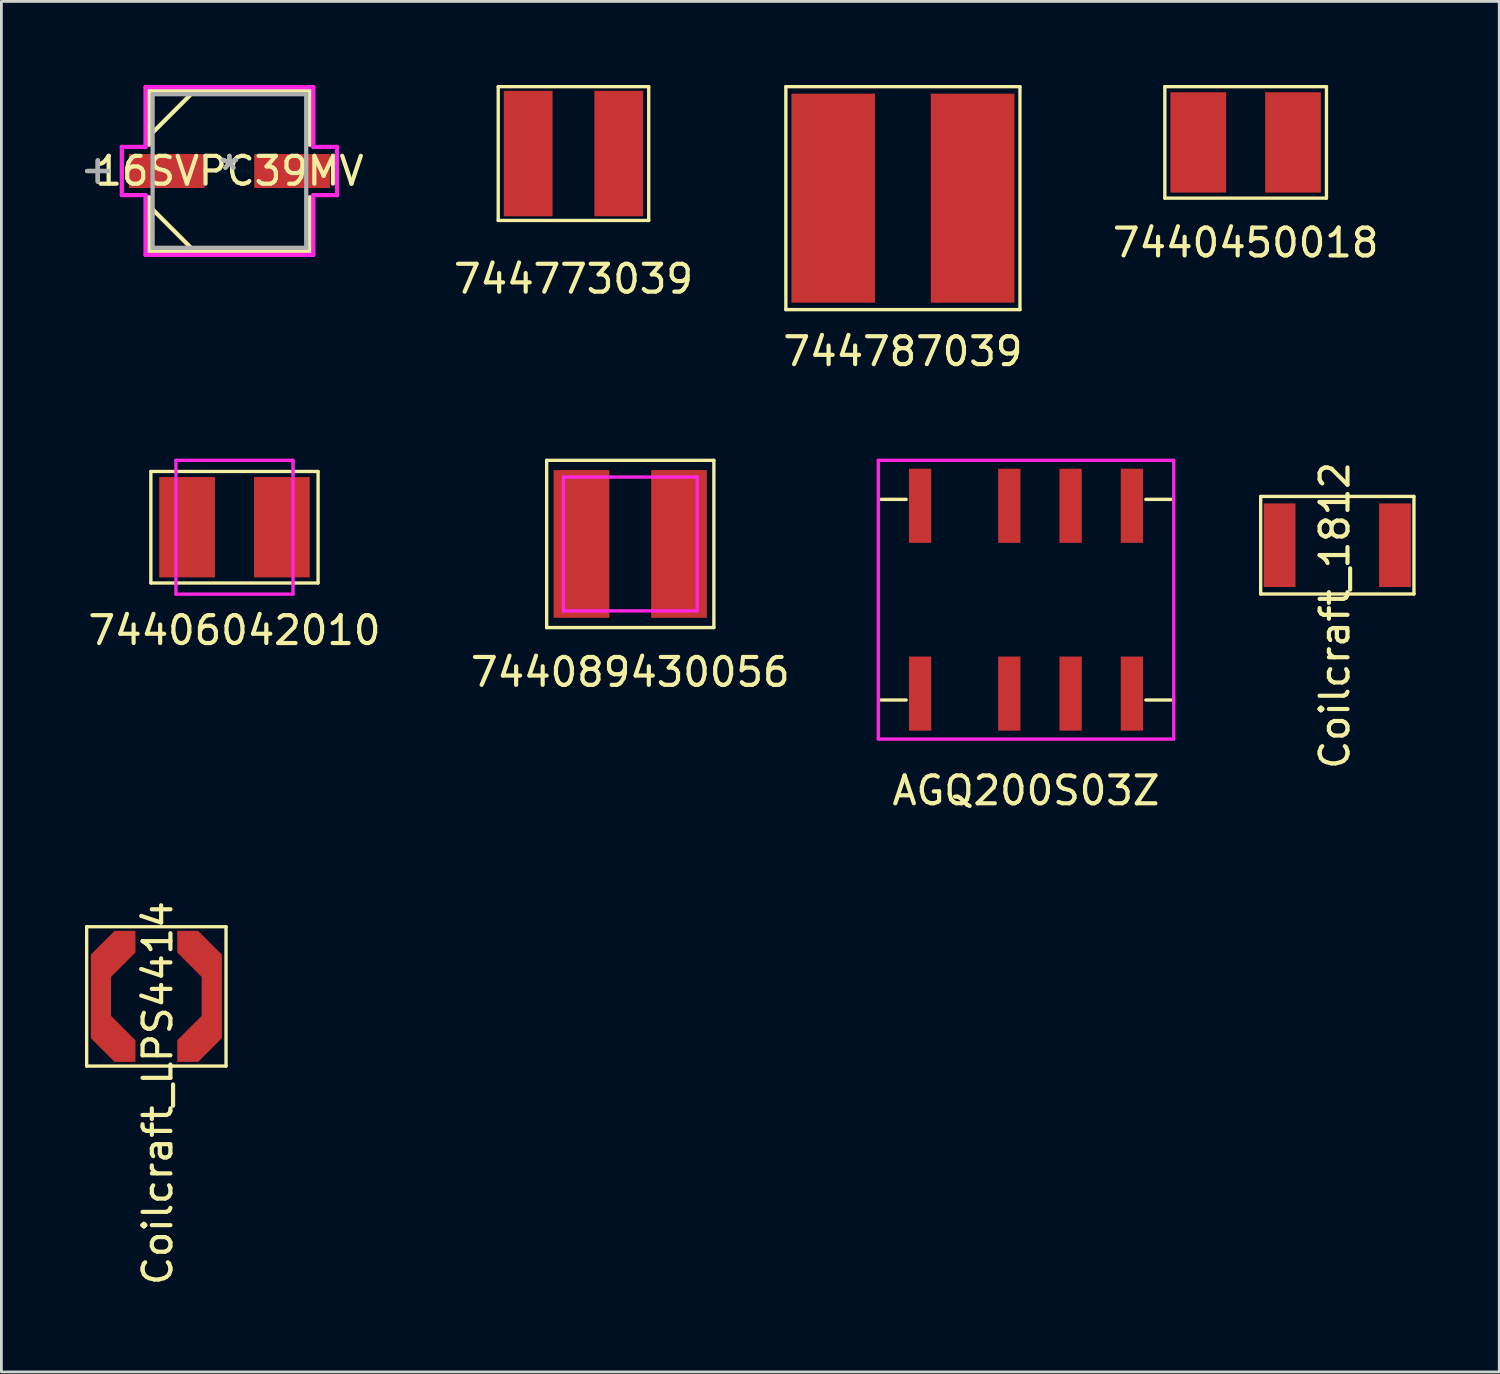
<source format=kicad_pcb>
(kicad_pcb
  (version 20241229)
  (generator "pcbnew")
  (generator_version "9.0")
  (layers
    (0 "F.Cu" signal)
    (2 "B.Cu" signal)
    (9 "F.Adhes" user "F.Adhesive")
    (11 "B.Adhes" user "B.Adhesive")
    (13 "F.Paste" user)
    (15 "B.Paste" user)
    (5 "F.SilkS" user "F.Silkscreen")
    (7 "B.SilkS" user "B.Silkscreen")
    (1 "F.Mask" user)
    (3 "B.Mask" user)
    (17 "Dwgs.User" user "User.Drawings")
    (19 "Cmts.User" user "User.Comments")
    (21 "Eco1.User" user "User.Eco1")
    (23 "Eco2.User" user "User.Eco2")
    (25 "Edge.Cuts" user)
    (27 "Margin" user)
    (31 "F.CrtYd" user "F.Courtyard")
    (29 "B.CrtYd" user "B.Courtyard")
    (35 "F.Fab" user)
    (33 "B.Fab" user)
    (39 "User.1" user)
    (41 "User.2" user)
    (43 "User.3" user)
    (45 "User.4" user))
  (footprint "AGQ200S03Z"
    (layer "F.Cu")
    (at 33.765 18.468)
    (property "Reference" "AGQ200S03Z" (at 0 6.85 0) (layer "F.SilkS") (effects (font (size 1 1) (thickness 0.15))))
    (attr through_hole)
    (fp_line (start -5.2 -3.6) (end -4.3 -3.6) (stroke (width 0.12) (type solid)) (layer "F.SilkS"))
    (fp_line (start -5.2 3.6) (end -4.3 3.6) (stroke (width 0.12) (type solid)) (layer "F.SilkS"))
    (fp_line (start 4.3 -3.6) (end 5.2 -3.6) (stroke (width 0.12) (type solid)) (layer "F.SilkS"))
    (fp_line (start 4.3 3.6) (end 5.2 3.6) (stroke (width 0.12) (type solid)) (layer "F.SilkS"))
    (fp_line (start -5.3 -5) (end 5.3 -5) (stroke (width 0.12) (type solid)) (layer "F.CrtYd"))
    (fp_line (start -5.3 5) (end -5.3 -5) (stroke (width 0.12) (type solid)) (layer "F.CrtYd"))
    (fp_line (start 5.3 -5) (end 5.3 5) (stroke (width 0.12) (type solid)) (layer "F.CrtYd"))
    (fp_line (start 5.3 5) (end -5.3 5) (stroke (width 0.12) (type solid)) (layer "F.CrtYd"))
    (pad "1" smd rect (at -3.8 3.37) (size 0.8 2.66) (layers "F.Cu" "F.Mask" "F.Paste"))
    (pad "2" smd rect (at -0.6 3.37) (size 0.8 2.66) (layers "F.Cu" "F.Mask" "F.Paste"))
    (pad "3" smd rect (at 1.6 3.37) (size 0.8 2.66) (layers "F.Cu" "F.Mask" "F.Paste"))
    (pad "4" smd rect (at 3.8 3.37) (size 0.8 2.66) (layers "F.Cu" "F.Mask" "F.Paste"))
    (pad "5" smd rect (at 3.8 -3.37) (size 0.8 2.66) (layers "F.Cu" "F.Mask" "F.Paste"))
    (pad "6" smd rect (at 1.6 -3.37) (size 0.8 2.66) (layers "F.Cu" "F.Mask" "F.Paste"))
    (pad "7" smd rect (at -0.6 -3.37) (size 0.8 2.66) (layers "F.Cu" "F.Mask" "F.Paste"))
    (pad "8" smd rect (at -3.8 -3.37) (size 0.8 2.66) (layers "F.Cu" "F.Mask" "F.Paste")))
  (footprint "7440450018"
    (layer "F.Cu")
    (at 41.646 2.06)
    (property "Reference" "7440450018" (at 0 3.6 0) (layer "F.SilkS") (effects (font (size 1 1) (thickness 0.15))))
    (attr through_hole)
    (fp_line (start -2.9 -2) (end 2.9 -2) (stroke (width 0.12) (type solid)) (layer "F.SilkS"))
    (fp_line (start -2.9 2) (end -2.9 -2) (stroke (width 0.12) (type solid)) (layer "F.SilkS"))
    (fp_line (start 2.9 -2) (end 2.9 2) (stroke (width 0.12) (type solid)) (layer "F.SilkS"))
    (fp_line (start 2.9 2) (end -2.9 2) (stroke (width 0.12) (type solid)) (layer "F.SilkS"))
    (pad "1" smd rect (at -1.7 0) (size 2 3.6) (layers "F.Cu" "F.Mask" "F.Paste"))
    (pad "2" smd rect (at 1.7 0) (size 2 3.6) (layers "F.Cu" "F.Mask" "F.Paste")))
  (footprint "Coilcraft_1812"
    (layer "F.Cu")
    (at 44.935 16.513)
    (property "Reference" "Coilcraft_1812" (at -0.09 2.52 270) (layer "F.SilkS") (effects (font (size 1 1) (thickness 0.15))))
    (attr through_hole)
    (fp_line (start -2.75 -1.75) (end 2.75 -1.75) (stroke (width 0.12) (type solid)) (layer "F.SilkS"))
    (fp_line (start -2.75 1.75) (end -2.75 -1.75) (stroke (width 0.12) (type solid)) (layer "F.SilkS"))
    (fp_line (start 2.75 1.75) (end -2.75 1.75) (stroke (width 0.12) (type solid)) (layer "F.SilkS"))
    (fp_line (start 2.75 1.75) (end 2.75 -1.75) (stroke (width 0.12) (type solid)) (layer "F.SilkS"))
    (pad "1" smd rect (at -2.07 0) (size 1.14 3) (layers "F.Cu" "F.Mask" "F.Paste"))
    (pad "2" smd rect (at 2.07 0) (size 1.14 3) (layers "F.Cu" "F.Mask" "F.Paste")))
  (footprint "744089430056"
    (layer "F.Cu")
    (at 19.565 16.468)
    (property "Reference" "744089430056" (at 0 4.6 0) (layer "F.SilkS") (effects (font (size 1 1) (thickness 0.15))))
    (attr through_hole)
    (fp_line (start -3 -3) (end 3 -3) (stroke (width 0.12) (type solid)) (layer "F.SilkS"))
    (fp_line (start -3 3) (end -3 -3) (stroke (width 0.12) (type solid)) (layer "F.SilkS"))
    (fp_line (start 3 -3) (end 3 3) (stroke (width 0.12) (type solid)) (layer "F.SilkS"))
    (fp_line (start 3 3) (end -3 3) (stroke (width 0.12) (type solid)) (layer "F.SilkS"))
    (fp_line (start -2.4 -2.4) (end 2.4 -2.4) (stroke (width 0.12) (type solid)) (layer "F.CrtYd"))
    (fp_line (start -2.4 2.4) (end -2.4 -2.4) (stroke (width 0.12) (type solid)) (layer "F.CrtYd"))
    (fp_line (start 2.4 -2.4) (end 2.4 2.4) (stroke (width 0.12) (type solid)) (layer "F.CrtYd"))
    (fp_line (start 2.4 2.4) (end -2.4 2.4) (stroke (width 0.12) (type solid)) (layer "F.CrtYd"))
    (pad "1" smd rect (at -1.75 0) (size 2 5.3) (layers "F.Cu" "F.Mask" "F.Paste"))
    (pad "2" smd rect (at 1.75 0) (size 2 5.3) (layers "F.Cu" "F.Mask" "F.Paste")))
  (footprint "74406042010"
    (layer "F.Cu")
    (at 5.363 15.868)
    (property "Reference" "74406042010" (at 0 3.7 0) (layer "F.SilkS") (effects (font (size 1 1) (thickness 0.15))))
    (attr through_hole)
    (fp_line (start -3 -2) (end 3 -2) (stroke (width 0.12) (type solid)) (layer "F.SilkS"))
    (fp_line (start -3 2) (end -3 -2) (stroke (width 0.12) (type solid)) (layer "F.SilkS"))
    (fp_line (start 3 -2) (end 3 2) (stroke (width 0.12) (type solid)) (layer "F.SilkS"))
    (fp_line (start 3 2) (end -3 2) (stroke (width 0.12) (type solid)) (layer "F.SilkS"))
    (fp_line (start -2.1 -2.4) (end 2.1 -2.4) (stroke (width 0.12) (type solid)) (layer "F.CrtYd"))
    (fp_line (start -2.1 2.4) (end -2.1 -2.4) (stroke (width 0.12) (type solid)) (layer "F.CrtYd"))
    (fp_line (start 2.1 -2.4) (end 2.1 2.4) (stroke (width 0.12) (type solid)) (layer "F.CrtYd"))
    (fp_line (start 2.1 2.4) (end -2.1 2.4) (stroke (width 0.12) (type solid)) (layer "F.CrtYd"))
    (pad "1" smd rect (at -1.7 0) (size 2 3.6) (layers "F.Cu" "F.Mask" "F.Paste"))
    (pad "2" smd rect (at 1.7 0) (size 2 3.6) (layers "F.Cu" "F.Mask" "F.Paste")))
  (footprint "744787039"
    (layer "F.Cu")
    (at 29.348 4.06)
    (property "Reference" "744787039" (at 0 5.5 0) (layer "F.SilkS") (effects (font (size 1 1) (thickness 0.15))))
    (attr through_hole)
    (fp_line (start -4.2 -4) (end 4.2 -4) (stroke (width 0.12) (type solid)) (layer "F.SilkS"))
    (fp_line (start -4.2 4) (end -4.2 -4) (stroke (width 0.12) (type solid)) (layer "F.SilkS"))
    (fp_line (start 4.2 -4) (end 4.2 4) (stroke (width 0.12) (type solid)) (layer "F.SilkS"))
    (fp_line (start 4.2 4) (end -4.2 4) (stroke (width 0.12) (type solid)) (layer "F.SilkS"))
    (pad "1" smd rect (at -2.5 0) (size 3 7.5) (layers "F.Cu" "F.Mask" "F.Paste"))
    (pad "2" smd rect (at 2.5 0) (size 3 7.5) (layers "F.Cu" "F.Mask" "F.Paste")))
  (footprint "Coilcraft_LPS4414"
    (layer "F.Cu")
    (at 2.56 32.702)
    (property "Reference" "Coilcraft_LPS4414" (at 0.05 3.47 270) (layer "F.SilkS") (effects (font (size 1 1) (thickness 0.15))))
    (attr through_hole)
    (fp_line (start -2.5 -2.5) (end 2.5 -2.5) (stroke (width 0.12) (type solid)) (layer "F.SilkS"))
    (fp_line (start -2.5 2.5) (end -2.5 -2.5) (stroke (width 0.12) (type solid)) (layer "F.SilkS"))
    (fp_line (start 2.5 -2.5) (end 2.5 2.5) (stroke (width 0.12) (type solid)) (layer "F.SilkS"))
    (fp_line (start 2.5 2.5) (end -2.5 2.5) (stroke (width 0.12) (type solid)) (layer "F.SilkS"))
    (pad "1" smd custom (at -2 0) (size 0.3 0.3) (layers "F.Cu" "F.Mask" "F.Paste") (options (anchor rect)) (primitives (gr_poly (pts (xy 1.25 -2.35) (xy 0.5 -2.35) (xy -0.35 -1.5) (xy -0.35 1.5) (xy 0.5 2.35) (xy 1.25 2.35) (xy 1.25 1.575) (xy 0.375 0.7) (xy 0.375 -0.7) (xy 1.25 -1.575)) (width 0) (fill yes))))
    (pad "2" smd custom (at 2 0 180) (size 0.3 0.3) (layers "F.Cu" "F.Mask" "F.Paste") (options (anchor rect)) (primitives (gr_poly (pts (xy 1.25 -2.35) (xy 0.5 -2.35) (xy -0.35 -1.5) (xy -0.35 1.5) (xy 0.5 2.35) (xy 1.25 2.35) (xy 1.25 1.575) (xy 0.375 0.7) (xy 0.375 -0.7) (xy 1.25 -1.575)) (width 0) (fill yes)))))
  (footprint "16SVPC39MV"
    (layer "F.Cu")
    (at 5.182 3.086)
    (property "Reference" "16SVPC39MV" (at 0 0 0) (layer "F.SilkS") (effects (font (size 1 1) (thickness 0.15))))
    (attr through_hole)
    (fp_line (start -4.724 -0.381) (end -4.724 0.381) (stroke (width 0.152) (type solid)) (layer "F.SilkS"))
    (fp_line (start -4.343 0) (end -5.105 0) (stroke (width 0.152) (type solid)) (layer "F.SilkS"))
    (fp_line (start -2.883 -2.883) (end -2.883 -0.942) (stroke (width 0.152) (type solid)) (layer "F.SilkS"))
    (fp_line (start -2.883 0.942) (end -2.883 2.883) (stroke (width 0.152) (type solid)) (layer "F.SilkS"))
    (fp_line (start -2.883 2.883) (end 2.883 2.883) (stroke (width 0.152) (type solid)) (layer "F.SilkS"))
    (fp_line (start -2.756 -1.378) (end -1.378 -2.756) (stroke (width 0.152) (type solid)) (layer "F.SilkS"))
    (fp_line (start -2.756 1.378) (end -1.378 2.756) (stroke (width 0.152) (type solid)) (layer "F.SilkS"))
    (fp_line (start 2.883 -2.883) (end -2.883 -2.883) (stroke (width 0.152) (type solid)) (layer "F.SilkS"))
    (fp_line (start 2.883 -0.942) (end 2.883 -2.883) (stroke (width 0.152) (type solid)) (layer "F.SilkS"))
    (fp_line (start 2.883 2.883) (end 2.883 0.942) (stroke (width 0.152) (type solid)) (layer "F.SilkS"))
    (fp_line (start -3.861 -0.864) (end -3.01 -0.864) (stroke (width 0.152) (type solid)) (layer "F.CrtYd"))
    (fp_line (start -3.861 0.864) (end -3.861 -0.864) (stroke (width 0.152) (type solid)) (layer "F.CrtYd"))
    (fp_line (start -3.01 -3.01) (end 3.01 -3.01) (stroke (width 0.152) (type solid)) (layer "F.CrtYd"))
    (fp_line (start -3.01 -0.864) (end -3.01 -3.01) (stroke (width 0.152) (type solid)) (layer "F.CrtYd"))
    (fp_line (start -3.01 0.864) (end -3.861 0.864) (stroke (width 0.152) (type solid)) (layer "F.CrtYd"))
    (fp_line (start -3.01 3.01) (end -3.01 0.864) (stroke (width 0.152) (type solid)) (layer "F.CrtYd"))
    (fp_line (start 3.01 -3.01) (end 3.01 -0.864) (stroke (width 0.152) (type solid)) (layer "F.CrtYd"))
    (fp_line (start 3.01 -0.864) (end 3.861 -0.864) (stroke (width 0.152) (type solid)) (layer "F.CrtYd"))
    (fp_line (start 3.01 0.864) (end 3.01 3.01) (stroke (width 0.152) (type solid)) (layer "F.CrtYd"))
    (fp_line (start 3.01 3.01) (end -3.01 3.01) (stroke (width 0.152) (type solid)) (layer "F.CrtYd"))
    (fp_line (start 3.861 -0.864) (end 3.861 0.864) (stroke (width 0.152) (type solid)) (layer "F.CrtYd"))
    (fp_line (start 3.861 0.864) (end 3.01 0.864) (stroke (width 0.152) (type solid)) (layer "F.CrtYd"))
    (fp_line (start -4.724 -0.381) (end -4.724 0.381) (stroke (width 0.152) (type solid)) (layer "F.Fab"))
    (fp_line (start -4.343 0) (end -5.105 0) (stroke (width 0.152) (type solid)) (layer "F.Fab"))
    (fp_line (start -2.756 -2.756) (end -2.756 2.756) (stroke (width 0.152) (type solid)) (layer "F.Fab"))
    (fp_line (start -2.756 2.756) (end 2.756 2.756) (stroke (width 0.152) (type solid)) (layer "F.Fab"))
    (fp_line (start 2.756 -2.756) (end -2.756 -2.756) (stroke (width 0.152) (type solid)) (layer "F.Fab"))
    (fp_line (start 2.756 2.756) (end 2.756 -2.756) (stroke (width 0.152) (type solid)) (layer "F.Fab"))
    (fp_text user "*" (at 0 0 0) (layer "F.SilkS") (effects (font (size 1 1) (thickness 0.15))))
    (fp_text user "Copyright 2016 Accelerated Designs. All rights reserved." (at 0 0 0) (layer "Cmts.User") (effects (font (size 0.127 0.127) (thickness 0.002))))
    (fp_text user "*" (at 0 0 0) (layer "F.Fab") (effects (font (size 1 1) (thickness 0.15))))
    (pad "1" smd rect (at -2.248 0) (size 2.718 1.219) (layers "F.Cu" "F.Mask" "F.Paste"))
    (pad "2" smd rect (at 2.248 0) (size 2.718 1.219) (layers "F.Cu" "F.Mask" "F.Paste")))
  (footprint "744773039"
    (layer "F.Cu")
    (at 17.527 2.46)
    (property "Reference" "744773039" (at 0 4.5 0) (layer "F.SilkS") (effects (font (size 1 1) (thickness 0.15))))
    (attr through_hole)
    (fp_line (start -2.7 -2.4) (end 2.7 -2.4) (stroke (width 0.12) (type solid)) (layer "F.SilkS"))
    (fp_line (start -2.7 2.4) (end -2.7 -2.4) (stroke (width 0.12) (type solid)) (layer "F.SilkS"))
    (fp_line (start 2.7 -2.4) (end 2.7 2.4) (stroke (width 0.12) (type solid)) (layer "F.SilkS"))
    (fp_line (start 2.7 2.4) (end -2.7 2.4) (stroke (width 0.12) (type solid)) (layer "F.SilkS"))
    (pad "1" smd rect (at -1.625 0) (size 1.75 4.5) (layers "F.Cu" "F.Mask" "F.Paste"))
    (pad "2" smd rect (at 1.625 0) (size 1.75 4.5) (layers "F.Cu" "F.Mask" "F.Paste")))
  (gr_rect
    (start -3 -3)
    (end 50.745 46.178)
    (stroke (width 0.1) (type default))
    (fill no)
    (layer "Edge.Cuts")))
</source>
